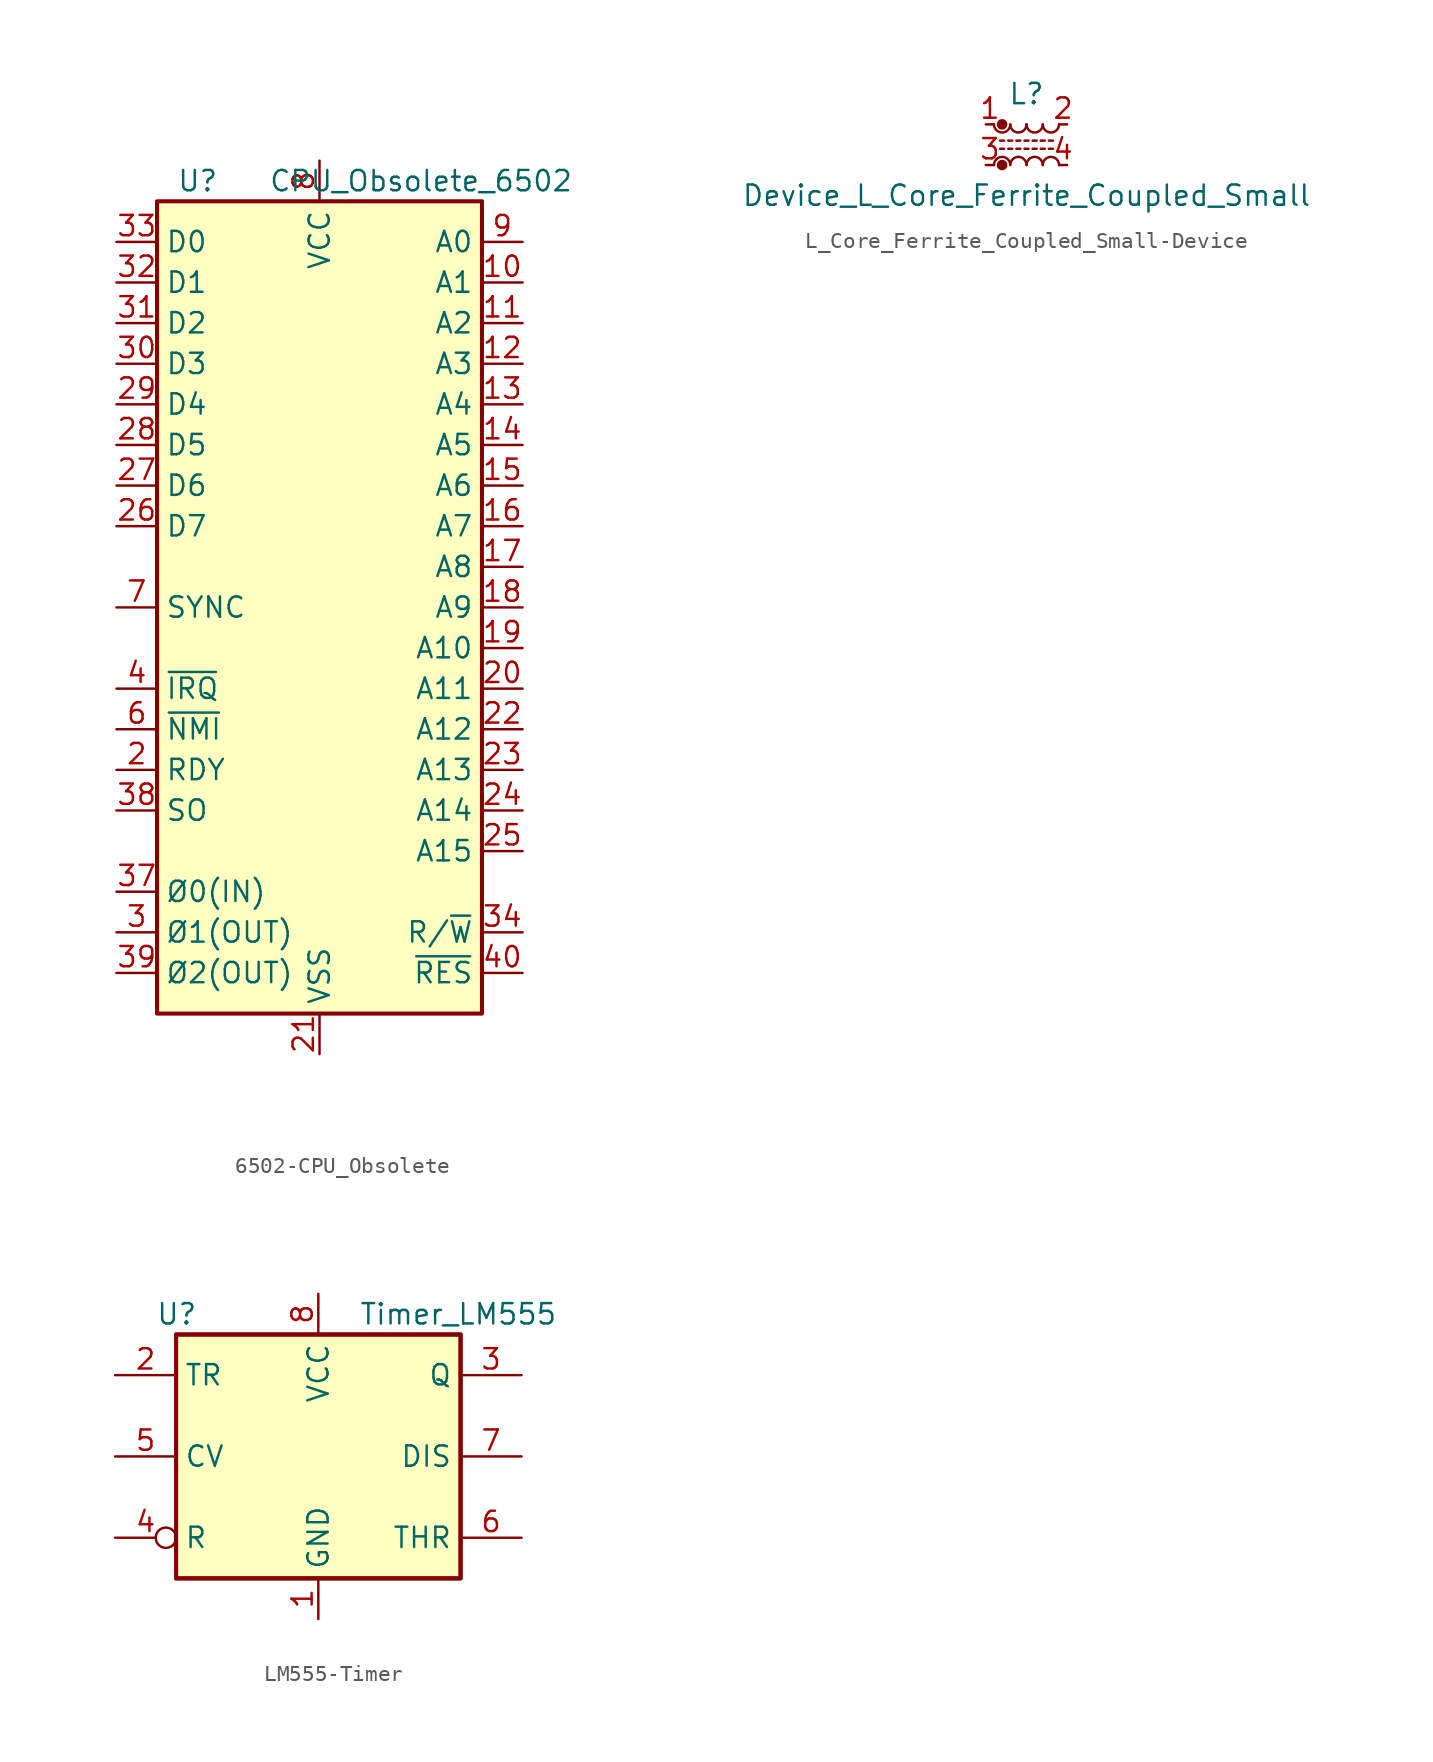
<source format=kicad_sym>
(kicad_symbol_lib
  (version 20220914)
  (generator kicad_symbol_editor)
  (symbol "6502-CPU_Obsolete"
    (property "Reference" "U"
      (at -7.62 26.67 0)
      (effects (font (size 1.27 1.27))))
    (property "Value" "CPU_Obsolete_6502"
      (at 6.35 26.67 0)
      (effects (font (size 1.27 1.27))))
    (symbol "6502-CPU_Obsolete_0_1"
      (rectangle (start -10.16 25.4) (end 10.16 -25.4) (stroke (width 0.254) (type solid)) (fill (type background))))
    (symbol "6502-CPU_Obsolete_1_1"
      (pin passive line (at 0 -27.94 90) (length 2.54) hide (name "VSS" (effects (font (size 1.27 1.27)))) (number "1" (effects (font (size 1.27 1.27)))))
      (pin output line (at 12.7 20.32 180) (length 2.54) (name "A1" (effects (font (size 1.27 1.27)))) (number "10" (effects (font (size 1.27 1.27)))))
      (pin output line (at 12.7 17.78 180) (length 2.54) (name "A2" (effects (font (size 1.27 1.27)))) (number "11" (effects (font (size 1.27 1.27)))))
      (pin output line (at 12.7 15.24 180) (length 2.54) (name "A3" (effects (font (size 1.27 1.27)))) (number "12" (effects (font (size 1.27 1.27)))))
      (pin output line (at 12.7 12.7 180) (length 2.54) (name "A4" (effects (font (size 1.27 1.27)))) (number "13" (effects (font (size 1.27 1.27)))))
      (pin output line (at 12.7 10.16 180) (length 2.54) (name "A5" (effects (font (size 1.27 1.27)))) (number "14" (effects (font (size 1.27 1.27)))))
      (pin output line (at 12.7 7.62 180) (length 2.54) (name "A6" (effects (font (size 1.27 1.27)))) (number "15" (effects (font (size 1.27 1.27)))))
      (pin output line (at 12.7 5.08 180) (length 2.54) (name "A7" (effects (font (size 1.27 1.27)))) (number "16" (effects (font (size 1.27 1.27)))))
      (pin output line (at 12.7 2.54 180) (length 2.54) (name "A8" (effects (font (size 1.27 1.27)))) (number "17" (effects (font (size 1.27 1.27)))))
      (pin output line (at 12.7 0 180) (length 2.54) (name "A9" (effects (font (size 1.27 1.27)))) (number "18" (effects (font (size 1.27 1.27)))))
      (pin output line (at 12.7 -2.54 180) (length 2.54) (name "A10" (effects (font (size 1.27 1.27)))) (number "19" (effects (font (size 1.27 1.27)))))
      (pin input line (at -12.7 -10.16 0) (length 2.54) (name "RDY" (effects (font (size 1.27 1.27)))) (number "2" (effects (font (size 1.27 1.27)))))
      (pin output line (at 12.7 -5.08 180) (length 2.54) (name "A11" (effects (font (size 1.27 1.27)))) (number "20" (effects (font (size 1.27 1.27)))))
      (pin power_in line (at 0 -27.94 90) (length 2.54) (name "VSS" (effects (font (size 1.27 1.27)))) (number "21" (effects (font (size 1.27 1.27)))))
      (pin output line (at 12.7 -7.62 180) (length 2.54) (name "A12" (effects (font (size 1.27 1.27)))) (number "22" (effects (font (size 1.27 1.27)))))
      (pin output line (at 12.7 -10.16 180) (length 2.54) (name "A13" (effects (font (size 1.27 1.27)))) (number "23" (effects (font (size 1.27 1.27)))))
      (pin output line (at 12.7 -12.7 180) (length 2.54) (name "A14" (effects (font (size 1.27 1.27)))) (number "24" (effects (font (size 1.27 1.27)))))
      (pin output line (at 12.7 -15.24 180) (length 2.54) (name "A15" (effects (font (size 1.27 1.27)))) (number "25" (effects (font (size 1.27 1.27)))))
      (pin bidirectional line (at -12.7 5.08 0) (length 2.54) (name "D7" (effects (font (size 1.27 1.27)))) (number "26" (effects (font (size 1.27 1.27)))))
      (pin bidirectional line (at -12.7 7.62 0) (length 2.54) (name "D6" (effects (font (size 1.27 1.27)))) (number "27" (effects (font (size 1.27 1.27)))))
      (pin bidirectional line (at -12.7 10.16 0) (length 2.54) (name "D5" (effects (font (size 1.27 1.27)))) (number "28" (effects (font (size 1.27 1.27)))))
      (pin bidirectional line (at -12.7 12.7 0) (length 2.54) (name "D4" (effects (font (size 1.27 1.27)))) (number "29" (effects (font (size 1.27 1.27)))))
      (pin output line (at -12.7 -20.32 0) (length 2.54) (name "Ø1(OUT)" (effects (font (size 1.27 1.27)))) (number "3" (effects (font (size 1.27 1.27)))))
      (pin bidirectional line (at -12.7 15.24 0) (length 2.54) (name "D3" (effects (font (size 1.27 1.27)))) (number "30" (effects (font (size 1.27 1.27)))))
      (pin bidirectional line (at -12.7 17.78 0) (length 2.54) (name "D2" (effects (font (size 1.27 1.27)))) (number "31" (effects (font (size 1.27 1.27)))))
      (pin bidirectional line (at -12.7 20.32 0) (length 2.54) (name "D1" (effects (font (size 1.27 1.27)))) (number "32" (effects (font (size 1.27 1.27)))))
      (pin bidirectional line (at -12.7 22.86 0) (length 2.54) (name "D0" (effects (font (size 1.27 1.27)))) (number "33" (effects (font (size 1.27 1.27)))))
      (pin bidirectional line (at 12.7 -20.32 180) (length 2.54) (name "R/~{W}" (effects (font (size 1.27 1.27)))) (number "34" (effects (font (size 1.27 1.27)))))
      (pin no_connect line (at 10.16 -17.78 180) (length 2.54) hide (name "NC" (effects (font (size 1.27 1.27)))) (number "35" (effects (font (size 1.27 1.27)))))
      (pin no_connect line (at -10.16 -15.24 0) (length 2.54) hide (name "NC" (effects (font (size 1.27 1.27)))) (number "36" (effects (font (size 1.27 1.27)))))
      (pin input line (at -12.7 -17.78 0) (length 2.54) (name "Ø0(IN)" (effects (font (size 1.27 1.27)))) (number "37" (effects (font (size 1.27 1.27)))))
      (pin input line (at -12.7 -12.7 0) (length 2.54) (name "SO" (effects (font (size 1.27 1.27)))) (number "38" (effects (font (size 1.27 1.27)))))
      (pin output line (at -12.7 -22.86 0) (length 2.54) (name "Ø2(OUT)" (effects (font (size 1.27 1.27)))) (number "39" (effects (font (size 1.27 1.27)))))
      (pin input line (at -12.7 -5.08 0) (length 2.54) (name "~{IRQ}" (effects (font (size 1.27 1.27)))) (number "4" (effects (font (size 1.27 1.27)))))
      (pin input line (at 12.7 -22.86 180) (length 2.54) (name "~{RES}" (effects (font (size 1.27 1.27)))) (number "40" (effects (font (size 1.27 1.27)))))
      (pin no_connect line (at -10.16 -2.54 0) (length 2.54) hide (name "NC" (effects (font (size 1.27 1.27)))) (number "5" (effects (font (size 1.27 1.27)))))
      (pin input line (at -12.7 -7.62 0) (length 2.54) (name "~{NMI}" (effects (font (size 1.27 1.27)))) (number "6" (effects (font (size 1.27 1.27)))))
      (pin output line (at -12.7 0 0) (length 2.54) (name "SYNC" (effects (font (size 1.27 1.27)))) (number "7" (effects (font (size 1.27 1.27)))))
      (pin power_in line (at 0 27.94 270) (length 2.54) (name "VCC" (effects (font (size 1.27 1.27)))) (number "8" (effects (font (size 1.27 1.27)))))
      (pin output line (at 12.7 22.86 180) (length 2.54) (name "A0" (effects (font (size 1.27 1.27)))) (number "9" (effects (font (size 1.27 1.27)))))))
  (symbol "L_Core_Ferrite_Coupled_Small-Device"
    (pin_names
      (offset 0.254) hide)
    (property "Reference" "L"
      (at 0 3.175 0)
      (effects (font (size 1.27 1.27))))
    (property "Value" "Device_L_Core_Ferrite_Coupled_Small"
      (at 0 -3.175 0)
      (effects (font (size 1.27 1.27))))
    (symbol "L_Core_Ferrite_Coupled_Small-Device_0_1"
      (arc (start -2.032 1.27) (mid -1.524 0.7642) (end -1.016 1.27) (stroke (width 0) (type solid)) (fill (type none)))
      (circle (center -1.524 -1.27) (radius 0.254) (stroke (width 0) (type solid)) (fill (type outline)))
      (circle (center -1.524 1.27) (radius 0.254) (stroke (width 0) (type solid)) (fill (type outline)))
      (arc (start -1.016 -1.27) (mid -1.524 -0.7642) (end -2.032 -1.27) (stroke (width 0) (type solid)) (fill (type none)))
      (arc (start -1.016 1.27) (mid -0.508 0.7642) (end 0 1.27) (stroke (width 0) (type solid)) (fill (type none)))
      (arc (start 0 -1.27) (mid -0.508 -0.7642) (end -1.016 -1.27) (stroke (width 0) (type solid)) (fill (type none)))
      (polyline (pts (xy -1.651 0.254) (xy -1.397 0.254)) (stroke (width 0) (type solid)) (fill (type none)))
      (polyline (pts (xy -1.397 -0.254) (xy -1.651 -0.254)) (stroke (width 0) (type solid)) (fill (type none)))
      (polyline (pts (xy -1.143 0.254) (xy -0.889 0.254)) (stroke (width 0) (type solid)) (fill (type none)))
      (polyline (pts (xy -0.889 -0.254) (xy -1.143 -0.254)) (stroke (width 0) (type solid)) (fill (type none)))
      (polyline (pts (xy -0.635 0.254) (xy -0.381 0.254)) (stroke (width 0) (type solid)) (fill (type none)))
      (polyline (pts (xy -0.381 -0.254) (xy -0.635 -0.254)) (stroke (width 0) (type solid)) (fill (type none)))
      (polyline (pts (xy -0.127 0.254) (xy 0.127 0.254)) (stroke (width 0) (type solid)) (fill (type none)))
      (polyline (pts (xy 0.127 -0.254) (xy -0.127 -0.254)) (stroke (width 0) (type solid)) (fill (type none)))
      (polyline (pts (xy 0.381 0.254) (xy 0.635 0.254)) (stroke (width 0) (type solid)) (fill (type none)))
      (polyline (pts (xy 0.635 -0.254) (xy 0.381 -0.254)) (stroke (width 0) (type solid)) (fill (type none)))
      (polyline (pts (xy 0.889 0.254) (xy 1.143 0.254)) (stroke (width 0) (type solid)) (fill (type none)))
      (polyline (pts (xy 1.143 -0.254) (xy 0.889 -0.254)) (stroke (width 0) (type solid)) (fill (type none)))
      (polyline (pts (xy 1.397 0.254) (xy 1.651 0.254)) (stroke (width 0) (type solid)) (fill (type none)))
      (polyline (pts (xy 1.651 -0.254) (xy 1.397 -0.254)) (stroke (width 0) (type solid)) (fill (type none)))
      (arc (start 0 1.27) (mid 0.508 0.7642) (end 1.016 1.27) (stroke (width 0) (type solid)) (fill (type none)))
      (arc (start 1.016 -1.27) (mid 0.508 -0.7642) (end 0 -1.27) (stroke (width 0) (type solid)) (fill (type none)))
      (arc (start 1.016 1.27) (mid 1.524 0.7642) (end 2.032 1.27) (stroke (width 0) (type solid)) (fill (type none)))
      (arc (start 2.032 -1.27) (mid 1.524 -0.7642) (end 1.016 -1.27) (stroke (width 0) (type solid)) (fill (type none))))
    (symbol "L_Core_Ferrite_Coupled_Small-Device_1_1"
      (pin passive line (at -2.54 1.27 0) (length 0.508) (name "1" (effects (font (size 1.27 1.27)))) (number "1" (effects (font (size 1.27 1.27)))))
      (pin passive line (at 2.54 1.27 180) (length 0.508) (name "2" (effects (font (size 1.27 1.27)))) (number "2" (effects (font (size 1.27 1.27)))))
      (pin passive line (at -2.54 -1.27 0) (length 0.508) (name "3" (effects (font (size 1.27 1.27)))) (number "3" (effects (font (size 1.27 1.27)))))
      (pin passive line (at 2.54 -1.27 180) (length 0.508) (name "4" (effects (font (size 1.27 1.27)))) (number "4" (effects (font (size 1.27 1.27)))))))
  (symbol "LM555-Timer"
    (property "Reference" "U"
      (at -10.16 8.89 0)
      (effects (font (size 1.27 1.27)) (justify left)))
    (property "Value" "Timer_LM555"
      (at 2.54 8.89 0)
      (effects (font (size 1.27 1.27)) (justify left)))
    (symbol "LM555-Timer_0_0"
      (pin power_in line (at 0 -10.16 90) (length 2.54) (name "GND" (effects (font (size 1.27 1.27)))) (number "1" (effects (font (size 1.27 1.27)))))
      (pin power_in line (at 0 10.16 270) (length 2.54) (name "VCC" (effects (font (size 1.27 1.27)))) (number "8" (effects (font (size 1.27 1.27))))))
    (symbol "LM555-Timer_0_1"
      (rectangle (start -8.89 -7.62) (end 8.89 7.62) (stroke (width 0.254) (type solid)) (fill (type background)))
      (rectangle (start -8.89 -7.62) (end 8.89 7.62) (stroke (width 0.254) (type solid)) (fill (type background))))
    (symbol "LM555-Timer_1_1"
      (pin input line (at -12.7 5.08 0) (length 3.81) (name "TR" (effects (font (size 1.27 1.27)))) (number "2" (effects (font (size 1.27 1.27)))))
      (pin output line (at 12.7 5.08 180) (length 3.81) (name "Q" (effects (font (size 1.27 1.27)))) (number "3" (effects (font (size 1.27 1.27)))))
      (pin input inverted (at -12.7 -5.08 0) (length 3.81) (name "R" (effects (font (size 1.27 1.27)))) (number "4" (effects (font (size 1.27 1.27)))))
      (pin input line (at -12.7 0 0) (length 3.81) (name "CV" (effects (font (size 1.27 1.27)))) (number "5" (effects (font (size 1.27 1.27)))))
      (pin input line (at 12.7 -5.08 180) (length 3.81) (name "THR" (effects (font (size 1.27 1.27)))) (number "6" (effects (font (size 1.27 1.27)))))
      (pin input line (at 12.7 0 180) (length 3.81) (name "DIS" (effects (font (size 1.27 1.27)))) (number "7" (effects (font (size 1.27 1.27))))))))
</source>
